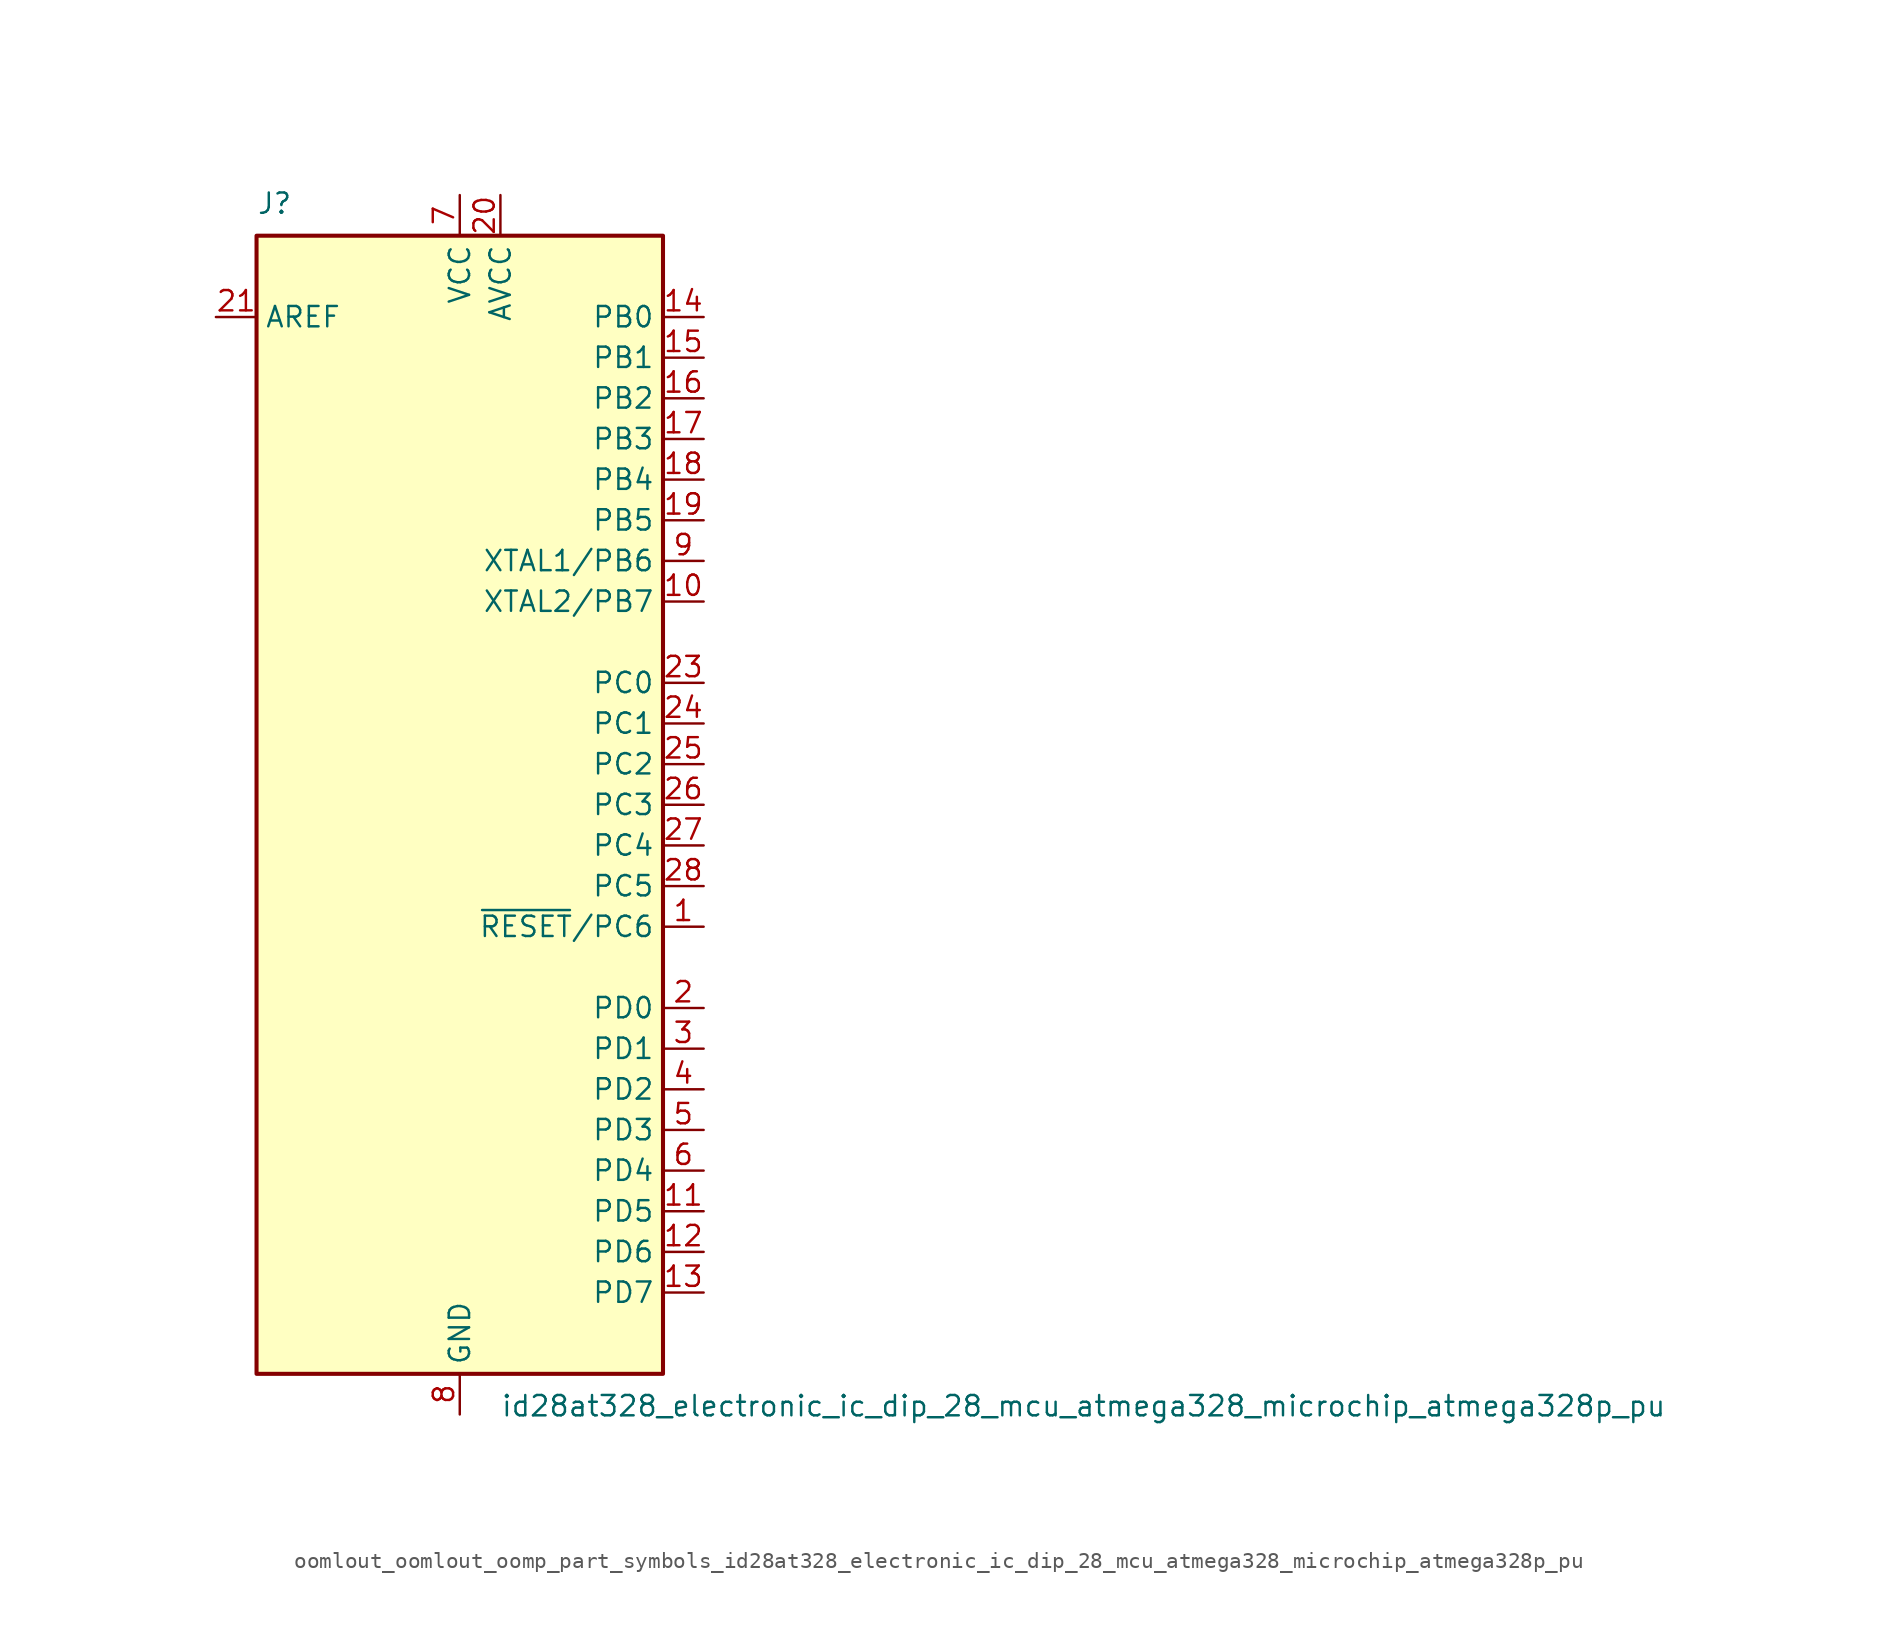
<source format=kicad_sym>
(kicad_symbol_lib
  (version 20220914)
  (generator kicad_symbol_editor)
  (symbol "oomlout_oomlout_oomp_part_symbols_id28at328_electronic_ic_dip_28_mcu_atmega328_microchip_atmega328p_pu"
    (property "Reference" "J"
      (at -12.7 36.83 0)
      (effects (font (size 1.27 1.27)) (justify left bottom)))
    (property "Value" "id28at328_electronic_ic_dip_28_mcu_atmega328_microchip_atmega328p_pu"
      (at 2.54 -36.83 0)
      (effects (font (size 1.27 1.27)) (justify left top)))
    (symbol "oomlout_oomlout_oomp_part_symbols_id28at328_electronic_ic_dip_28_mcu_atmega328_microchip_atmega328p_pu_0_1"
      (rectangle (start -12.7 -35.56) (end 12.7 35.56) (stroke (width 0.254) (type default)) (fill (type background))))
    (symbol "oomlout_oomlout_oomp_part_symbols_id28at328_electronic_ic_dip_28_mcu_atmega328_microchip_atmega328p_pu_1_1"
      (pin bidirectional line (at 15.24 -7.62 180) (length 2.54) (name "~{RESET}/PC6" (effects (font (size 1.27 1.27)))) (number "1" (effects (font (size 1.27 1.27)))))
      (pin bidirectional line (at 15.24 12.7 180) (length 2.54) (name "XTAL2/PB7" (effects (font (size 1.27 1.27)))) (number "10" (effects (font (size 1.27 1.27)))))
      (pin bidirectional line (at 15.24 -25.4 180) (length 2.54) (name "PD5" (effects (font (size 1.27 1.27)))) (number "11" (effects (font (size 1.27 1.27)))))
      (pin bidirectional line (at 15.24 -27.94 180) (length 2.54) (name "PD6" (effects (font (size 1.27 1.27)))) (number "12" (effects (font (size 1.27 1.27)))))
      (pin bidirectional line (at 15.24 -30.48 180) (length 2.54) (name "PD7" (effects (font (size 1.27 1.27)))) (number "13" (effects (font (size 1.27 1.27)))))
      (pin bidirectional line (at 15.24 30.48 180) (length 2.54) (name "PB0" (effects (font (size 1.27 1.27)))) (number "14" (effects (font (size 1.27 1.27)))))
      (pin bidirectional line (at 15.24 27.94 180) (length 2.54) (name "PB1" (effects (font (size 1.27 1.27)))) (number "15" (effects (font (size 1.27 1.27)))))
      (pin bidirectional line (at 15.24 25.4 180) (length 2.54) (name "PB2" (effects (font (size 1.27 1.27)))) (number "16" (effects (font (size 1.27 1.27)))))
      (pin bidirectional line (at 15.24 22.86 180) (length 2.54) (name "PB3" (effects (font (size 1.27 1.27)))) (number "17" (effects (font (size 1.27 1.27)))))
      (pin bidirectional line (at 15.24 20.32 180) (length 2.54) (name "PB4" (effects (font (size 1.27 1.27)))) (number "18" (effects (font (size 1.27 1.27)))))
      (pin bidirectional line (at 15.24 17.78 180) (length 2.54) (name "PB5" (effects (font (size 1.27 1.27)))) (number "19" (effects (font (size 1.27 1.27)))))
      (pin bidirectional line (at 15.24 -12.7 180) (length 2.54) (name "PD0" (effects (font (size 1.27 1.27)))) (number "2" (effects (font (size 1.27 1.27)))))
      (pin power_in line (at 2.54 38.1 270) (length 2.54) (name "AVCC" (effects (font (size 1.27 1.27)))) (number "20" (effects (font (size 1.27 1.27)))))
      (pin passive line (at -15.24 30.48 0) (length 2.54) (name "AREF" (effects (font (size 1.27 1.27)))) (number "21" (effects (font (size 1.27 1.27)))))
      (pin passive line (at 0 -38.1 90) (length 2.54) hide (name "GND" (effects (font (size 1.27 1.27)))) (number "22" (effects (font (size 1.27 1.27)))))
      (pin bidirectional line (at 15.24 7.62 180) (length 2.54) (name "PC0" (effects (font (size 1.27 1.27)))) (number "23" (effects (font (size 1.27 1.27)))))
      (pin bidirectional line (at 15.24 5.08 180) (length 2.54) (name "PC1" (effects (font (size 1.27 1.27)))) (number "24" (effects (font (size 1.27 1.27)))))
      (pin bidirectional line (at 15.24 2.54 180) (length 2.54) (name "PC2" (effects (font (size 1.27 1.27)))) (number "25" (effects (font (size 1.27 1.27)))))
      (pin bidirectional line (at 15.24 0 180) (length 2.54) (name "PC3" (effects (font (size 1.27 1.27)))) (number "26" (effects (font (size 1.27 1.27)))))
      (pin bidirectional line (at 15.24 -2.54 180) (length 2.54) (name "PC4" (effects (font (size 1.27 1.27)))) (number "27" (effects (font (size 1.27 1.27)))))
      (pin bidirectional line (at 15.24 -5.08 180) (length 2.54) (name "PC5" (effects (font (size 1.27 1.27)))) (number "28" (effects (font (size 1.27 1.27)))))
      (pin bidirectional line (at 15.24 -15.24 180) (length 2.54) (name "PD1" (effects (font (size 1.27 1.27)))) (number "3" (effects (font (size 1.27 1.27)))))
      (pin bidirectional line (at 15.24 -17.78 180) (length 2.54) (name "PD2" (effects (font (size 1.27 1.27)))) (number "4" (effects (font (size 1.27 1.27)))))
      (pin bidirectional line (at 15.24 -20.32 180) (length 2.54) (name "PD3" (effects (font (size 1.27 1.27)))) (number "5" (effects (font (size 1.27 1.27)))))
      (pin bidirectional line (at 15.24 -22.86 180) (length 2.54) (name "PD4" (effects (font (size 1.27 1.27)))) (number "6" (effects (font (size 1.27 1.27)))))
      (pin power_in line (at 0 38.1 270) (length 2.54) (name "VCC" (effects (font (size 1.27 1.27)))) (number "7" (effects (font (size 1.27 1.27)))))
      (pin power_in line (at 0 -38.1 90) (length 2.54) (name "GND" (effects (font (size 1.27 1.27)))) (number "8" (effects (font (size 1.27 1.27)))))
      (pin bidirectional line (at 15.24 15.24 180) (length 2.54) (name "XTAL1/PB6" (effects (font (size 1.27 1.27)))) (number "9" (effects (font (size 1.27 1.27))))))))
</source>
